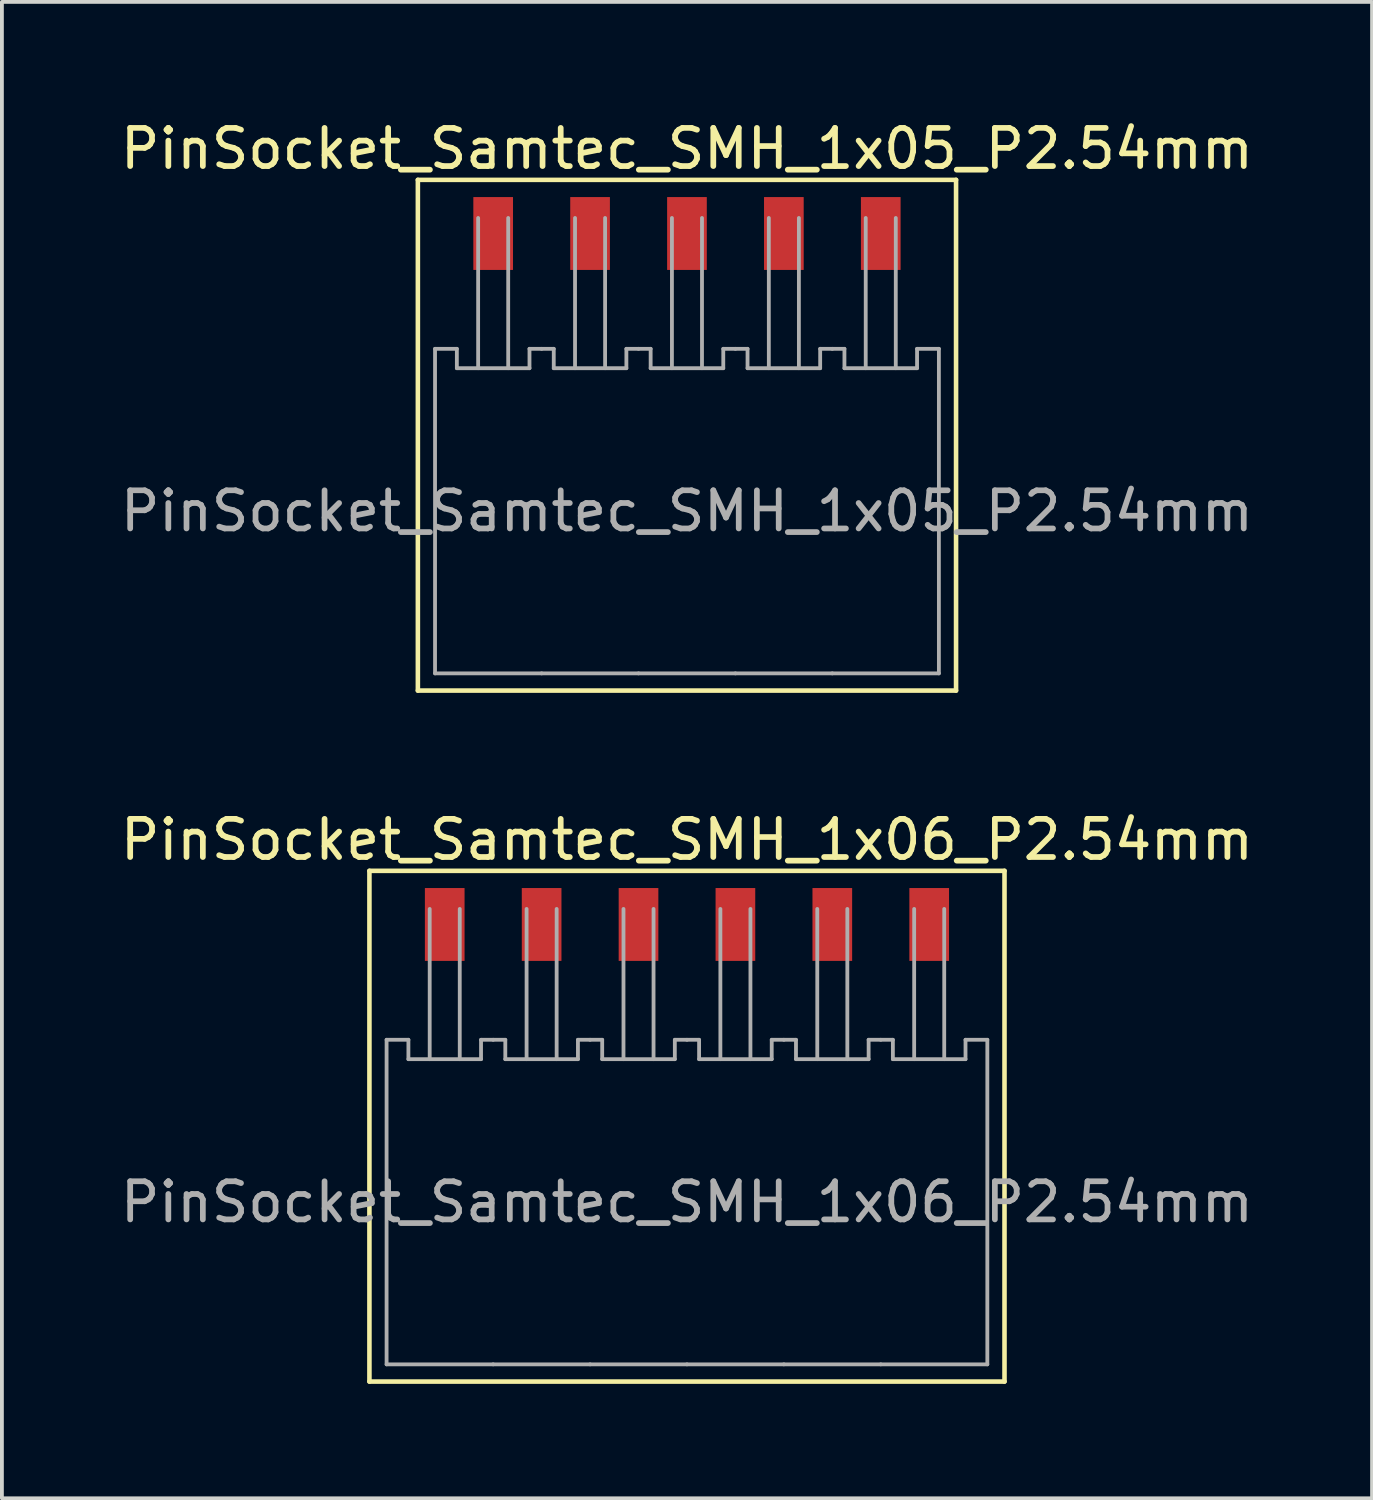
<source format=kicad_pcb>
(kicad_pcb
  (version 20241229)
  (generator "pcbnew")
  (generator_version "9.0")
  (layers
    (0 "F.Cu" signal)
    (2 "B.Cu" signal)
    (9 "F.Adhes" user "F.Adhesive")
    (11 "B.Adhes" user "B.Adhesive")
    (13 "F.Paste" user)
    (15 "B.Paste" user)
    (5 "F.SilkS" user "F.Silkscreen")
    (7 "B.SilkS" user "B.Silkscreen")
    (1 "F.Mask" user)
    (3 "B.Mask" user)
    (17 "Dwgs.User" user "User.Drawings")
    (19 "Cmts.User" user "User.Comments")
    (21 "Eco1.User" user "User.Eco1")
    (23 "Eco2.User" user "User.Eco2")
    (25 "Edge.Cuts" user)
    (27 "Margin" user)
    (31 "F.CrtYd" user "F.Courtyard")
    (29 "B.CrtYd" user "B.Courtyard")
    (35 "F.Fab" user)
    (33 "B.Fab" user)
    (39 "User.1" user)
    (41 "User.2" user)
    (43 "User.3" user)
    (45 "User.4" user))
  (footprint "PinSocket_Samtec_SMH_1x06_P2.54mm"
    (layer "F.Cu")
    (at 14.958 28.461)
    (property "Reference" "PinSocket_Samtec_SMH_1x06_P2.54mm" (at 0 -9.5 0) (layer "F.SilkS") (effects (font (size 1 1) (thickness 0.15))))
    (attr through_hole)
    (fp_poly (pts (xy -6.921 -8.283) (xy -5.779 -8.283) (xy -5.779 -6.271) (xy -6.921 -6.271)) (stroke (width 0.01) (type solid)) (fill yes) (layer "F.Mask"))
    (fp_poly (pts (xy -4.381 -8.283) (xy -3.239 -8.283) (xy -3.239 -6.271) (xy -4.381 -6.271)) (stroke (width 0.01) (type solid)) (fill yes) (layer "F.Mask"))
    (fp_poly (pts (xy -1.841 -8.283) (xy -0.699 -8.283) (xy -0.699 -6.271) (xy -1.841 -6.271)) (stroke (width 0.01) (type solid)) (fill yes) (layer "F.Mask"))
    (fp_poly (pts (xy 0.699 -8.283) (xy 1.841 -8.283) (xy 1.841 -6.271) (xy 0.699 -6.271)) (stroke (width 0.01) (type solid)) (fill yes) (layer "F.Mask"))
    (fp_poly (pts (xy 3.239 -8.283) (xy 4.381 -8.283) (xy 4.381 -6.271) (xy 3.239 -6.271)) (stroke (width 0.01) (type solid)) (fill yes) (layer "F.Mask"))
    (fp_poly (pts (xy 5.779 -8.283) (xy 6.921 -8.283) (xy 6.921 -6.271) (xy 5.779 -6.271)) (stroke (width 0.01) (type solid)) (fill yes) (layer "F.Mask"))
    (fp_line (start -8.324 -8.683) (end -8.324 4.705) (stroke (width 0.12) (type solid)) (layer "F.SilkS"))
    (fp_line (start -8.324 4.705) (end 8.324 4.705) (stroke (width 0.12) (type solid)) (layer "F.SilkS"))
    (fp_line (start 8.324 -8.683) (end -8.324 -8.683) (stroke (width 0.12) (type solid)) (layer "F.SilkS"))
    (fp_line (start 8.324 4.705) (end 8.324 -8.683) (stroke (width 0.12) (type solid)) (layer "F.SilkS"))
    (fp_poly (pts (xy -6.87 -8.232) (xy -5.83 -8.232) (xy -5.83 -6.322) (xy -6.87 -6.322)) (stroke (width 0.01) (type solid)) (fill yes) (layer "F.Paste"))
    (fp_poly (pts (xy -4.33 -8.232) (xy -3.29 -8.232) (xy -3.29 -6.322) (xy -4.33 -6.322)) (stroke (width 0.01) (type solid)) (fill yes) (layer "F.Paste"))
    (fp_poly (pts (xy -1.79 -8.232) (xy -0.75 -8.232) (xy -0.75 -6.322) (xy -1.79 -6.322)) (stroke (width 0.01) (type solid)) (fill yes) (layer "F.Paste"))
    (fp_poly (pts (xy 0.75 -8.232) (xy 1.79 -8.232) (xy 1.79 -6.322) (xy 0.75 -6.322)) (stroke (width 0.01) (type solid)) (fill yes) (layer "F.Paste"))
    (fp_poly (pts (xy 3.29 -8.232) (xy 4.33 -8.232) (xy 4.33 -6.322) (xy 3.29 -6.322)) (stroke (width 0.01) (type solid)) (fill yes) (layer "F.Paste"))
    (fp_poly (pts (xy 5.83 -8.232) (xy 6.87 -8.232) (xy 6.87 -6.322) (xy 5.83 -6.322)) (stroke (width 0.01) (type solid)) (fill yes) (layer "F.Paste"))
    (fp_line (start -7.874 4.254) (end -7.874 -4.254) (stroke (width 0.1) (type solid)) (layer "F.Fab"))
    (fp_line (start -7.302 -4.254) (end -7.874 -4.254) (stroke (width 0.1) (type solid)) (layer "F.Fab"))
    (fp_line (start -7.302 -3.746) (end -7.302 -4.254) (stroke (width 0.1) (type solid)) (layer "F.Fab"))
    (fp_line (start -6.744 -7.684) (end -6.744 -3.746) (stroke (width 0.1) (type solid)) (layer "F.Fab"))
    (fp_line (start -5.956 -7.684) (end -5.956 -3.746) (stroke (width 0.1) (type solid)) (layer "F.Fab"))
    (fp_line (start -5.398 -4.254) (end -5.398 -3.746) (stroke (width 0.1) (type solid)) (layer "F.Fab"))
    (fp_line (start -5.398 -3.746) (end -7.302 -3.746) (stroke (width 0.1) (type solid)) (layer "F.Fab"))
    (fp_line (start -5.08 -4.254) (end -5.398 -4.254) (stroke (width 0.1) (type solid)) (layer "F.Fab"))
    (fp_line (start -5.08 4.254) (end -7.874 4.254) (stroke (width 0.1) (type solid)) (layer "F.Fab"))
    (fp_line (start -4.762 -4.254) (end -5.08 -4.254) (stroke (width 0.1) (type solid)) (layer "F.Fab"))
    (fp_line (start -4.762 -3.746) (end -4.762 -4.254) (stroke (width 0.1) (type solid)) (layer "F.Fab"))
    (fp_line (start -4.204 -3.746) (end -4.204 -7.684) (stroke (width 0.1) (type solid)) (layer "F.Fab"))
    (fp_line (start -3.416 -7.684) (end -3.416 -3.746) (stroke (width 0.1) (type solid)) (layer "F.Fab"))
    (fp_line (start -2.858 -4.254) (end -2.858 -3.746) (stroke (width 0.1) (type solid)) (layer "F.Fab"))
    (fp_line (start -2.858 -3.746) (end -4.762 -3.746) (stroke (width 0.1) (type solid)) (layer "F.Fab"))
    (fp_line (start -2.54 -4.254) (end -2.858 -4.254) (stroke (width 0.1) (type solid)) (layer "F.Fab"))
    (fp_line (start -2.54 4.254) (end -5.08 4.254) (stroke (width 0.1) (type solid)) (layer "F.Fab"))
    (fp_line (start -2.222 -4.254) (end -2.54 -4.254) (stroke (width 0.1) (type solid)) (layer "F.Fab"))
    (fp_line (start -2.222 -3.746) (end -2.222 -4.254) (stroke (width 0.1) (type solid)) (layer "F.Fab"))
    (fp_line (start -1.664 -3.746) (end -1.664 -7.684) (stroke (width 0.1) (type solid)) (layer "F.Fab"))
    (fp_line (start -0.876 -7.684) (end -0.876 -3.746) (stroke (width 0.1) (type solid)) (layer "F.Fab"))
    (fp_line (start -0.318 -4.254) (end -0.318 -3.746) (stroke (width 0.1) (type solid)) (layer "F.Fab"))
    (fp_line (start -0.318 -3.746) (end -2.222 -3.746) (stroke (width 0.1) (type solid)) (layer "F.Fab"))
    (fp_line (start 0 -4.254) (end -0.318 -4.254) (stroke (width 0.1) (type solid)) (layer "F.Fab"))
    (fp_line (start 0 4.254) (end -2.54 4.254) (stroke (width 0.1) (type solid)) (layer "F.Fab"))
    (fp_line (start 0.318 -4.254) (end 0 -4.254) (stroke (width 0.1) (type solid)) (layer "F.Fab"))
    (fp_line (start 0.318 -3.746) (end 0.318 -4.254) (stroke (width 0.1) (type solid)) (layer "F.Fab"))
    (fp_line (start 0.876 -3.746) (end 0.876 -7.684) (stroke (width 0.1) (type solid)) (layer "F.Fab"))
    (fp_line (start 1.664 -7.684) (end 1.664 -3.746) (stroke (width 0.1) (type solid)) (layer "F.Fab"))
    (fp_line (start 2.222 -4.254) (end 2.222 -3.746) (stroke (width 0.1) (type solid)) (layer "F.Fab"))
    (fp_line (start 2.222 -3.746) (end 0.318 -3.746) (stroke (width 0.1) (type solid)) (layer "F.Fab"))
    (fp_line (start 2.54 -4.254) (end 2.222 -4.254) (stroke (width 0.1) (type solid)) (layer "F.Fab"))
    (fp_line (start 2.54 4.254) (end 0 4.254) (stroke (width 0.1) (type solid)) (layer "F.Fab"))
    (fp_line (start 2.858 -4.254) (end 2.54 -4.254) (stroke (width 0.1) (type solid)) (layer "F.Fab"))
    (fp_line (start 2.858 -3.746) (end 2.858 -4.254) (stroke (width 0.1) (type solid)) (layer "F.Fab"))
    (fp_line (start 3.416 -3.746) (end 3.416 -7.684) (stroke (width 0.1) (type solid)) (layer "F.Fab"))
    (fp_line (start 4.204 -7.684) (end 4.204 -3.746) (stroke (width 0.1) (type solid)) (layer "F.Fab"))
    (fp_line (start 4.762 -4.254) (end 4.762 -3.746) (stroke (width 0.1) (type solid)) (layer "F.Fab"))
    (fp_line (start 4.762 -3.746) (end 2.858 -3.746) (stroke (width 0.1) (type solid)) (layer "F.Fab"))
    (fp_line (start 5.08 -4.254) (end 4.762 -4.254) (stroke (width 0.1) (type solid)) (layer "F.Fab"))
    (fp_line (start 5.08 -4.254) (end 5.398 -4.254) (stroke (width 0.1) (type solid)) (layer "F.Fab"))
    (fp_line (start 5.08 4.254) (end 2.54 4.254) (stroke (width 0.1) (type solid)) (layer "F.Fab"))
    (fp_line (start 5.08 4.254) (end 7.874 4.254) (stroke (width 0.1) (type solid)) (layer "F.Fab"))
    (fp_line (start 5.398 -4.254) (end 5.398 -3.746) (stroke (width 0.1) (type solid)) (layer "F.Fab"))
    (fp_line (start 5.398 -3.746) (end 7.302 -3.746) (stroke (width 0.1) (type solid)) (layer "F.Fab"))
    (fp_line (start 5.956 -7.684) (end 5.956 -3.746) (stroke (width 0.1) (type solid)) (layer "F.Fab"))
    (fp_line (start 6.744 -7.684) (end 6.744 -3.746) (stroke (width 0.1) (type solid)) (layer "F.Fab"))
    (fp_line (start 7.302 -4.254) (end 7.874 -4.254) (stroke (width 0.1) (type solid)) (layer "F.Fab"))
    (fp_line (start 7.302 -3.746) (end 7.302 -4.254) (stroke (width 0.1) (type solid)) (layer "F.Fab"))
    (fp_line (start 7.874 4.254) (end 7.874 -4.254) (stroke (width 0.1) (type solid)) (layer "F.Fab"))
    (fp_text user "${REFERENCE}" (at 0 0 0) (layer "F.Fab") (effects (font (size 1 1) (thickness 0.15))))
    (pad "1" smd rect (at -6.35 -7.277) (size 1.04 1.91) (layers "F.Cu" "F.Paste"))
    (pad "2" smd rect (at -3.81 -7.277) (size 1.04 1.91) (layers "F.Cu" "F.Paste"))
    (pad "3" smd rect (at -1.27 -7.277) (size 1.04 1.91) (layers "F.Cu" "F.Paste"))
    (pad "4" smd rect (at 1.27 -7.277) (size 1.04 1.91) (layers "F.Cu" "F.Paste"))
    (pad "5" smd rect (at 3.81 -7.277) (size 1.04 1.91) (layers "F.Cu" "F.Paste"))
    (pad "6" smd rect (at 6.35 -7.277) (size 1.04 1.91) (layers "F.Cu" "F.Paste")))
  (footprint "PinSocket_Samtec_SMH_1x05_P2.54mm"
    (layer "F.Cu")
    (at 14.958 10.348)
    (property "Reference" "PinSocket_Samtec_SMH_1x05_P2.54mm" (at 0 -9.5 0) (layer "F.SilkS") (effects (font (size 1 1) (thickness 0.15))))
    (attr through_hole)
    (fp_poly (pts (xy -5.651 -8.283) (xy -4.509 -8.283) (xy -4.509 -6.271) (xy -5.651 -6.271)) (stroke (width 0.01) (type solid)) (fill yes) (layer "F.Mask"))
    (fp_poly (pts (xy -3.111 -8.283) (xy -1.969 -8.283) (xy -1.969 -6.271) (xy -3.111 -6.271)) (stroke (width 0.01) (type solid)) (fill yes) (layer "F.Mask"))
    (fp_poly (pts (xy -0.571 -8.283) (xy 0.571 -8.283) (xy 0.571 -6.271) (xy -0.571 -6.271)) (stroke (width 0.01) (type solid)) (fill yes) (layer "F.Mask"))
    (fp_poly (pts (xy 1.969 -8.283) (xy 3.111 -8.283) (xy 3.111 -6.271) (xy 1.969 -6.271)) (stroke (width 0.01) (type solid)) (fill yes) (layer "F.Mask"))
    (fp_poly (pts (xy 4.509 -8.283) (xy 5.651 -8.283) (xy 5.651 -6.271) (xy 4.509 -6.271)) (stroke (width 0.01) (type solid)) (fill yes) (layer "F.Mask"))
    (fp_line (start -7.054 -8.683) (end -7.054 4.705) (stroke (width 0.12) (type solid)) (layer "F.SilkS"))
    (fp_line (start -7.054 4.705) (end 7.054 4.705) (stroke (width 0.12) (type solid)) (layer "F.SilkS"))
    (fp_line (start 7.054 -8.683) (end -7.054 -8.683) (stroke (width 0.12) (type solid)) (layer "F.SilkS"))
    (fp_line (start 7.054 4.705) (end 7.054 -8.683) (stroke (width 0.12) (type solid)) (layer "F.SilkS"))
    (fp_poly (pts (xy -5.6 -8.232) (xy -4.56 -8.232) (xy -4.56 -6.322) (xy -5.6 -6.322)) (stroke (width 0.01) (type solid)) (fill yes) (layer "F.Paste"))
    (fp_poly (pts (xy -3.06 -8.232) (xy -2.02 -8.232) (xy -2.02 -6.322) (xy -3.06 -6.322)) (stroke (width 0.01) (type solid)) (fill yes) (layer "F.Paste"))
    (fp_poly (pts (xy -0.52 -8.232) (xy 0.52 -8.232) (xy 0.52 -6.322) (xy -0.52 -6.322)) (stroke (width 0.01) (type solid)) (fill yes) (layer "F.Paste"))
    (fp_poly (pts (xy 2.02 -8.232) (xy 3.06 -8.232) (xy 3.06 -6.322) (xy 2.02 -6.322)) (stroke (width 0.01) (type solid)) (fill yes) (layer "F.Paste"))
    (fp_poly (pts (xy 4.56 -8.232) (xy 5.6 -8.232) (xy 5.6 -6.322) (xy 4.56 -6.322)) (stroke (width 0.01) (type solid)) (fill yes) (layer "F.Paste"))
    (fp_line (start -6.604 4.254) (end -6.604 -4.254) (stroke (width 0.1) (type solid)) (layer "F.Fab"))
    (fp_line (start -6.032 -4.254) (end -6.604 -4.254) (stroke (width 0.1) (type solid)) (layer "F.Fab"))
    (fp_line (start -6.032 -3.746) (end -6.032 -4.254) (stroke (width 0.1) (type solid)) (layer "F.Fab"))
    (fp_line (start -5.474 -7.684) (end -5.474 -3.746) (stroke (width 0.1) (type solid)) (layer "F.Fab"))
    (fp_line (start -4.686 -7.684) (end -4.686 -3.746) (stroke (width 0.1) (type solid)) (layer "F.Fab"))
    (fp_line (start -4.128 -4.254) (end -4.128 -3.746) (stroke (width 0.1) (type solid)) (layer "F.Fab"))
    (fp_line (start -4.128 -3.746) (end -6.032 -3.746) (stroke (width 0.1) (type solid)) (layer "F.Fab"))
    (fp_line (start -3.81 -4.254) (end -4.128 -4.254) (stroke (width 0.1) (type solid)) (layer "F.Fab"))
    (fp_line (start -3.81 4.254) (end -6.604 4.254) (stroke (width 0.1) (type solid)) (layer "F.Fab"))
    (fp_line (start -3.492 -4.254) (end -3.81 -4.254) (stroke (width 0.1) (type solid)) (layer "F.Fab"))
    (fp_line (start -3.492 -3.746) (end -3.492 -4.254) (stroke (width 0.1) (type solid)) (layer "F.Fab"))
    (fp_line (start -2.934 -3.746) (end -2.934 -7.684) (stroke (width 0.1) (type solid)) (layer "F.Fab"))
    (fp_line (start -2.146 -7.684) (end -2.146 -3.746) (stroke (width 0.1) (type solid)) (layer "F.Fab"))
    (fp_line (start -1.588 -4.254) (end -1.588 -3.746) (stroke (width 0.1) (type solid)) (layer "F.Fab"))
    (fp_line (start -1.588 -3.746) (end -3.492 -3.746) (stroke (width 0.1) (type solid)) (layer "F.Fab"))
    (fp_line (start -1.27 -4.254) (end -1.588 -4.254) (stroke (width 0.1) (type solid)) (layer "F.Fab"))
    (fp_line (start -1.27 4.254) (end -3.81 4.254) (stroke (width 0.1) (type solid)) (layer "F.Fab"))
    (fp_line (start -0.952 -4.254) (end -1.27 -4.254) (stroke (width 0.1) (type solid)) (layer "F.Fab"))
    (fp_line (start -0.952 -3.746) (end -0.952 -4.254) (stroke (width 0.1) (type solid)) (layer "F.Fab"))
    (fp_line (start -0.394 -3.746) (end -0.394 -7.684) (stroke (width 0.1) (type solid)) (layer "F.Fab"))
    (fp_line (start 0.394 -7.684) (end 0.394 -3.746) (stroke (width 0.1) (type solid)) (layer "F.Fab"))
    (fp_line (start 0.952 -4.254) (end 0.952 -3.746) (stroke (width 0.1) (type solid)) (layer "F.Fab"))
    (fp_line (start 0.952 -3.746) (end -0.952 -3.746) (stroke (width 0.1) (type solid)) (layer "F.Fab"))
    (fp_line (start 1.27 -4.254) (end 0.952 -4.254) (stroke (width 0.1) (type solid)) (layer "F.Fab"))
    (fp_line (start 1.27 4.254) (end -1.27 4.254) (stroke (width 0.1) (type solid)) (layer "F.Fab"))
    (fp_line (start 1.588 -4.254) (end 1.27 -4.254) (stroke (width 0.1) (type solid)) (layer "F.Fab"))
    (fp_line (start 1.588 -3.746) (end 1.588 -4.254) (stroke (width 0.1) (type solid)) (layer "F.Fab"))
    (fp_line (start 2.146 -3.746) (end 2.146 -7.684) (stroke (width 0.1) (type solid)) (layer "F.Fab"))
    (fp_line (start 2.934 -7.684) (end 2.934 -3.746) (stroke (width 0.1) (type solid)) (layer "F.Fab"))
    (fp_line (start 3.492 -4.254) (end 3.492 -3.746) (stroke (width 0.1) (type solid)) (layer "F.Fab"))
    (fp_line (start 3.492 -3.746) (end 1.588 -3.746) (stroke (width 0.1) (type solid)) (layer "F.Fab"))
    (fp_line (start 3.81 -4.254) (end 3.492 -4.254) (stroke (width 0.1) (type solid)) (layer "F.Fab"))
    (fp_line (start 3.81 -4.254) (end 4.128 -4.254) (stroke (width 0.1) (type solid)) (layer "F.Fab"))
    (fp_line (start 3.81 4.254) (end 1.27 4.254) (stroke (width 0.1) (type solid)) (layer "F.Fab"))
    (fp_line (start 3.81 4.254) (end 6.604 4.254) (stroke (width 0.1) (type solid)) (layer "F.Fab"))
    (fp_line (start 4.128 -4.254) (end 4.128 -3.746) (stroke (width 0.1) (type solid)) (layer "F.Fab"))
    (fp_line (start 4.128 -3.746) (end 6.032 -3.746) (stroke (width 0.1) (type solid)) (layer "F.Fab"))
    (fp_line (start 4.686 -7.684) (end 4.686 -3.746) (stroke (width 0.1) (type solid)) (layer "F.Fab"))
    (fp_line (start 5.474 -7.684) (end 5.474 -3.746) (stroke (width 0.1) (type solid)) (layer "F.Fab"))
    (fp_line (start 6.032 -4.254) (end 6.604 -4.254) (stroke (width 0.1) (type solid)) (layer "F.Fab"))
    (fp_line (start 6.032 -3.746) (end 6.032 -4.254) (stroke (width 0.1) (type solid)) (layer "F.Fab"))
    (fp_line (start 6.604 4.254) (end 6.604 -4.254) (stroke (width 0.1) (type solid)) (layer "F.Fab"))
    (fp_text user "${REFERENCE}" (at 0 0 0) (layer "F.Fab") (effects (font (size 1 1) (thickness 0.15))))
    (pad "1" smd rect (at -5.08 -7.277) (size 1.04 1.91) (layers "F.Cu" "F.Paste"))
    (pad "2" smd rect (at -2.54 -7.277) (size 1.04 1.91) (layers "F.Cu" "F.Paste"))
    (pad "3" smd rect (at 0 -7.277) (size 1.04 1.91) (layers "F.Cu" "F.Paste"))
    (pad "4" smd rect (at 2.54 -7.277) (size 1.04 1.91) (layers "F.Cu" "F.Paste"))
    (pad "5" smd rect (at 5.08 -7.277) (size 1.04 1.91) (layers "F.Cu" "F.Paste")))
  (gr_rect
    (start -3 -3)
    (end 32.917 36.226)
    (stroke (width 0.1) (type default))
    (fill no)
    (layer "Edge.Cuts")))
</source>
